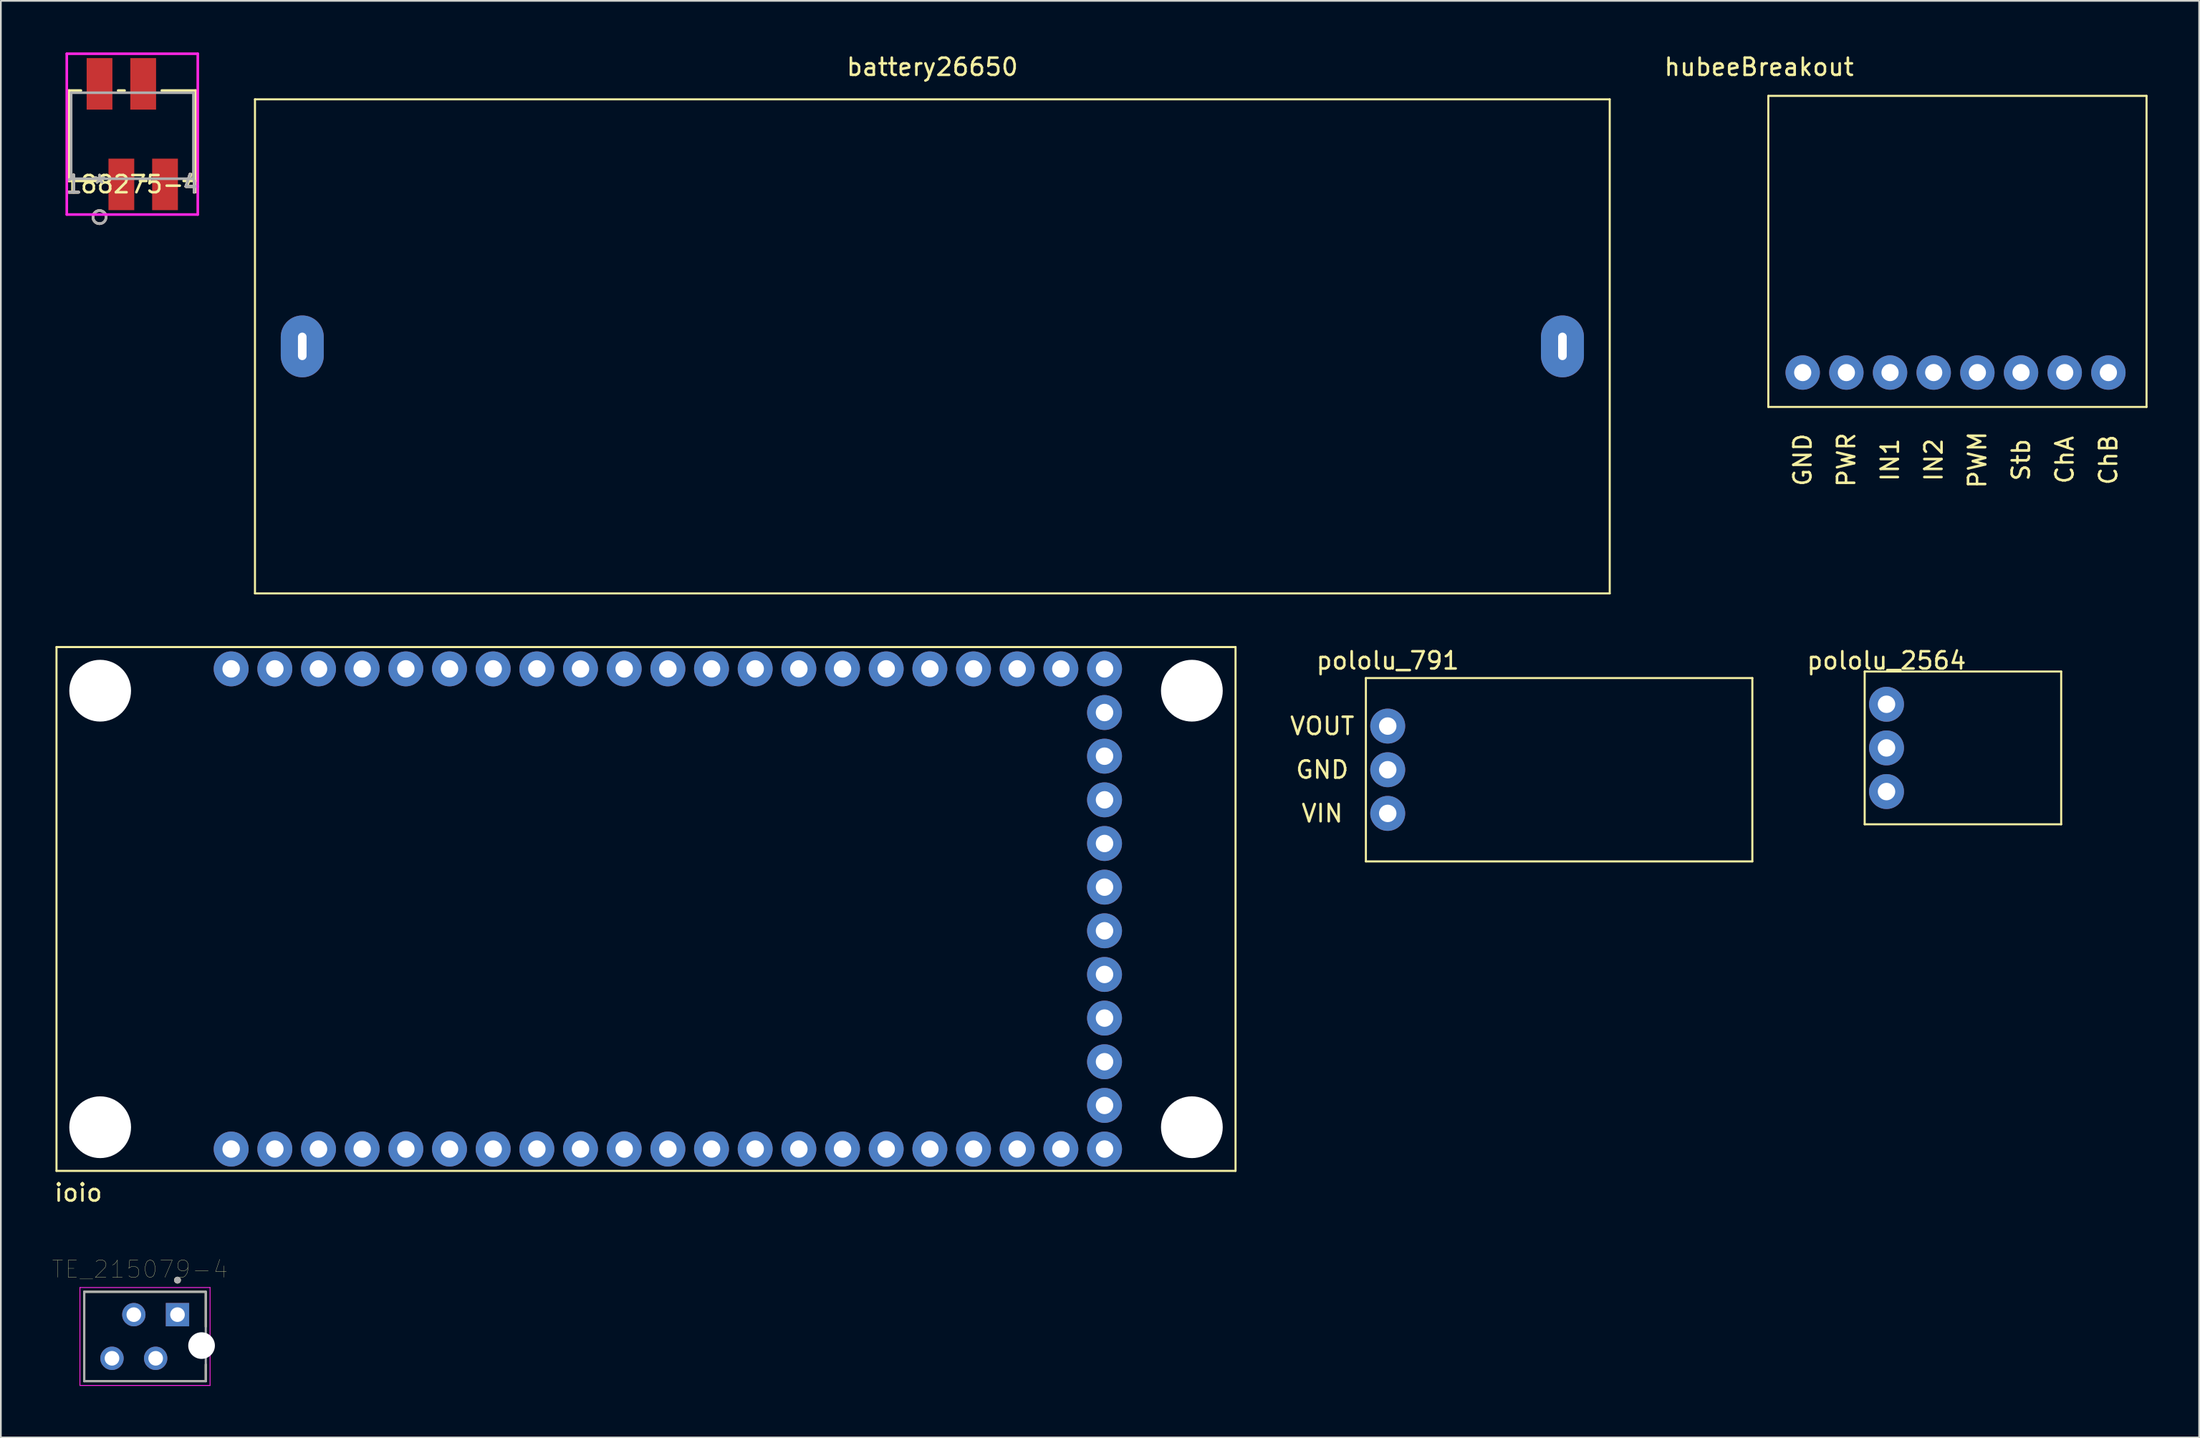
<source format=kicad_pcb>
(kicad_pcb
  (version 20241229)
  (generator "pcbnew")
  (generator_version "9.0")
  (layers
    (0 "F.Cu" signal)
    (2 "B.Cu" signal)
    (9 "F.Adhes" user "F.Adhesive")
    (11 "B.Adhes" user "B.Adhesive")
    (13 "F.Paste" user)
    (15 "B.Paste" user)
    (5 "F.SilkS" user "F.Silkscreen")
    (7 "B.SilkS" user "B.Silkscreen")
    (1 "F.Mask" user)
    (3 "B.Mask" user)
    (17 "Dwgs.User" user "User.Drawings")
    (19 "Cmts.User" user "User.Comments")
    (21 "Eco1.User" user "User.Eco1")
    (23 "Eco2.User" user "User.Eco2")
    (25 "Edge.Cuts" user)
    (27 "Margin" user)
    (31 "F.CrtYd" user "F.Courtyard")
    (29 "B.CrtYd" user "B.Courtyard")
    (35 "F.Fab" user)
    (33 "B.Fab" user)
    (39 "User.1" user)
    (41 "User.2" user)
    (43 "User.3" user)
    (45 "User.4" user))
  (footprint "ioio"
    (layer "F.Cu")
    (at 10.396 63.809)
    (property "Reference" "ioio" (at -8.89 2.54 0) (layer "F.SilkS") (effects (font (size 1 1) (thickness 0.15))))
    (attr through_hole)
    (fp_line (start -10.16 -29.21) (end 58.42 -29.21) (stroke (width 0.12) (type solid)) (layer "F.SilkS"))
    (fp_line (start -10.16 1.27) (end -10.16 -29.21) (stroke (width 0.12) (type solid)) (layer "F.SilkS"))
    (fp_line (start -10.16 1.27) (end 58.42 1.27) (stroke (width 0.12) (type solid)) (layer "F.SilkS"))
    (fp_line (start 58.42 1.27) (end 58.42 -29.21) (stroke (width 0.12) (type solid)) (layer "F.SilkS"))
    (pad "" np_thru_hole circle (at -7.62 -26.67) (size 3.592 3.592) (drill 3.592) (layers "*.Cu" "*.Mask"))
    (pad "" np_thru_hole circle (at -7.62 -1.27) (size 3.592 3.592) (drill 3.592) (layers "*.Cu" "*.Mask"))
    (pad "" np_thru_hole circle (at 55.88 -26.67) (size 3.592 3.592) (drill 3.592) (layers "*.Cu" "*.Mask"))
    (pad "" np_thru_hole circle (at 55.88 -1.27) (size 3.592 3.592) (drill 3.592) (layers "*.Cu" "*.Mask"))
    (pad "1" thru_hole circle (at 2.54 0) (size 2.032 2.032) (drill 1.016) (layers "*.Cu" "*.Mask"))
    (pad "2" thru_hole circle (at 5.08 0) (size 2.032 2.032) (drill 1.016) (layers "*.Cu" "*.Mask"))
    (pad "3" thru_hole circle (at 7.62 0) (size 2.032 2.032) (drill 1.016) (layers "*.Cu" "*.Mask"))
    (pad "3v3" thru_hole circle (at 10.16 -27.94) (size 2.032 2.032) (drill 1.016) (layers "*.Cu" "*.Mask"))
    (pad "4" thru_hole circle (at 10.16 0) (size 2.032 2.032) (drill 1.016) (layers "*.Cu" "*.Mask"))
    (pad "5" thru_hole circle (at 12.7 0) (size 2.032 2.032) (drill 1.016) (layers "*.Cu" "*.Mask"))
    (pad "5V" thru_hole circle (at 5.08 -27.94) (size 2.032 2.032) (drill 1.016) (layers "*.Cu" "*.Mask"))
    (pad "6" thru_hole circle (at 15.24 0) (size 2.032 2.032) (drill 1.016) (layers "*.Cu" "*.Mask"))
    (pad "7" thru_hole circle (at 17.78 0) (size 2.032 2.032) (drill 1.016) (layers "*.Cu" "*.Mask"))
    (pad "8" thru_hole circle (at 20.32 0) (size 2.032 2.032) (drill 1.016) (layers "*.Cu" "*.Mask"))
    (pad "9" thru_hole circle (at 22.86 0) (size 2.032 2.032) (drill 1.016) (layers "*.Cu" "*.Mask"))
    (pad "10" thru_hole circle (at 25.4 0) (size 2.032 2.032) (drill 1.016) (layers "*.Cu" "*.Mask"))
    (pad "11" thru_hole circle (at 27.94 0) (size 2.032 2.032) (drill 1.016) (layers "*.Cu" "*.Mask"))
    (pad "12" thru_hole circle (at 30.48 0) (size 2.032 2.032) (drill 1.016) (layers "*.Cu" "*.Mask"))
    (pad "13" thru_hole circle (at 33.02 0) (size 2.032 2.032) (drill 1.016) (layers "*.Cu" "*.Mask"))
    (pad "14" thru_hole circle (at 35.56 0) (size 2.032 2.032) (drill 1.016) (layers "*.Cu" "*.Mask"))
    (pad "15" thru_hole circle (at 38.1 0) (size 2.032 2.032) (drill 1.016) (layers "*.Cu" "*.Mask"))
    (pad "16" thru_hole circle (at 40.64 0) (size 2.032 2.032) (drill 1.016) (layers "*.Cu" "*.Mask"))
    (pad "17" thru_hole circle (at 43.18 0) (size 2.032 2.032) (drill 1.016) (layers "*.Cu" "*.Mask"))
    (pad "18" thru_hole circle (at 45.72 0) (size 2.032 2.032) (drill 1.016) (layers "*.Cu" "*.Mask"))
    (pad "19" thru_hole circle (at 48.26 0) (size 2.032 2.032) (drill 1.016) (layers "*.Cu" "*.Mask"))
    (pad "20" thru_hole circle (at 50.8 0) (size 2.032 2.032) (drill 1.016) (layers "*.Cu" "*.Mask"))
    (pad "21" thru_hole circle (at 50.8 -2.54) (size 2.032 2.032) (drill 1.016) (layers "*.Cu" "*.Mask"))
    (pad "22" thru_hole circle (at 50.8 -5.08) (size 2.032 2.032) (drill 1.016) (layers "*.Cu" "*.Mask"))
    (pad "23" thru_hole circle (at 50.8 -7.62) (size 2.032 2.032) (drill 1.016) (layers "*.Cu" "*.Mask"))
    (pad "24" thru_hole circle (at 50.8 -10.16) (size 2.032 2.032) (drill 1.016) (layers "*.Cu" "*.Mask"))
    (pad "25" thru_hole circle (at 50.8 -12.7) (size 2.032 2.032) (drill 1.016) (layers "*.Cu" "*.Mask"))
    (pad "26" thru_hole circle (at 50.8 -15.24) (size 2.032 2.032) (drill 1.016) (layers "*.Cu" "*.Mask"))
    (pad "27" thru_hole circle (at 50.8 -17.78) (size 2.032 2.032) (drill 1.016) (layers "*.Cu" "*.Mask"))
    (pad "28" thru_hole circle (at 50.8 -20.32) (size 2.032 2.032) (drill 1.016) (layers "*.Cu" "*.Mask"))
    (pad "29" thru_hole circle (at 50.8 -22.86) (size 2.032 2.032) (drill 1.016) (layers "*.Cu" "*.Mask"))
    (pad "30" thru_hole circle (at 50.8 -25.4) (size 2.032 2.032) (drill 1.016) (layers "*.Cu" "*.Mask"))
    (pad "31" thru_hole circle (at 50.8 -27.94) (size 2.032 2.032) (drill 1.016) (layers "*.Cu" "*.Mask"))
    (pad "32" thru_hole circle (at 48.26 -27.94) (size 2.032 2.032) (drill 1.016) (layers "*.Cu" "*.Mask"))
    (pad "33" thru_hole circle (at 45.72 -27.94) (size 2.032 2.032) (drill 1.016) (layers "*.Cu" "*.Mask"))
    (pad "34" thru_hole circle (at 43.18 -27.94) (size 2.032 2.032) (drill 1.016) (layers "*.Cu" "*.Mask"))
    (pad "35" thru_hole circle (at 40.64 -27.94) (size 2.032 2.032) (drill 1.016) (layers "*.Cu" "*.Mask"))
    (pad "36" thru_hole circle (at 38.1 -27.94) (size 2.032 2.032) (drill 1.016) (layers "*.Cu" "*.Mask"))
    (pad "37" thru_hole circle (at 35.56 -27.94) (size 2.032 2.032) (drill 1.016) (layers "*.Cu" "*.Mask"))
    (pad "38" thru_hole circle (at 33.02 -27.94) (size 2.032 2.032) (drill 1.016) (layers "*.Cu" "*.Mask"))
    (pad "39" thru_hole circle (at 30.48 -27.94) (size 2.032 2.032) (drill 1.016) (layers "*.Cu" "*.Mask"))
    (pad "40" thru_hole circle (at 27.94 -27.94) (size 2.032 2.032) (drill 1.016) (layers "*.Cu" "*.Mask"))
    (pad "41" thru_hole circle (at 25.4 -27.94) (size 2.032 2.032) (drill 1.016) (layers "*.Cu" "*.Mask"))
    (pad "42" thru_hole circle (at 22.86 -27.94) (size 2.032 2.032) (drill 1.016) (layers "*.Cu" "*.Mask"))
    (pad "43" thru_hole circle (at 20.32 -27.94) (size 2.032 2.032) (drill 1.016) (layers "*.Cu" "*.Mask"))
    (pad "44" thru_hole circle (at 17.78 -27.94) (size 2.032 2.032) (drill 1.016) (layers "*.Cu" "*.Mask"))
    (pad "45" thru_hole circle (at 15.24 -27.94) (size 2.032 2.032) (drill 1.016) (layers "*.Cu" "*.Mask"))
    (pad "GND" thru_hole circle (at 0 0) (size 2.032 2.032) (drill 1.016) (layers "*.Cu" "*.Mask"))
    (pad "GND" thru_hole circle (at 2.54 -27.94) (size 2.032 2.032) (drill 1.016) (layers "*.Cu" "*.Mask"))
    (pad "GND" thru_hole circle (at 7.62 -27.94) (size 2.032 2.032) (drill 1.016) (layers "*.Cu" "*.Mask"))
    (pad "GND" thru_hole circle (at 12.7 -27.94) (size 2.032 2.032) (drill 1.016) (layers "*.Cu" "*.Mask"))
    (pad "VIN" thru_hole circle (at 0 -27.94) (size 2.032 2.032) (drill 1.016) (layers "*.Cu" "*.Mask")))
  (footprint "battery26650"
    (layer "F.Cu")
    (at 51.181 17.104)
    (property "Reference" "battery26650" (at 0 -16.256 0) (layer "F.SilkS") (effects (font (size 1 1) (thickness 0.15))))
    (attr through_hole)
    (fp_line (start -39.4 -14.375) (end 39.4 -14.375) (stroke (width 0.12) (type solid)) (layer "F.SilkS"))
    (fp_line (start -39.4 14.375) (end -39.4 -14.375) (stroke (width 0.12) (type solid)) (layer "F.SilkS"))
    (fp_line (start -39.4 14.375) (end 39.4 14.375) (stroke (width 0.12) (type solid)) (layer "F.SilkS"))
    (fp_line (start 39.4 14.375) (end 39.4 -14.375) (stroke (width 0.12) (type solid)) (layer "F.SilkS"))
    (pad "1" thru_hole oval (at -36.65 0) (size 2.5 3.6) (drill oval 0.5 1.6) (layers "*.Mask" "B.Cu"))
    (pad "2" thru_hole oval (at 36.65 0) (size 2.5 3.6) (drill oval 0.5 1.6) (layers "*.Mask" "B.Cu")))
  (footprint "hubeeBreakout"
    (layer "F.Cu")
    (at 101.806 18.628)
    (property "Reference" "hubeeBreakout" (at -2.54 -17.78 0) (layer "F.SilkS") (effects (font (size 1 1) (thickness 0.15))))
    (attr through_hole)
    (fp_line (start -2 -16.1) (end 20 -16.1) (stroke (width 0.12) (type solid)) (layer "F.SilkS"))
    (fp_line (start -2 2) (end -2 -16.1) (stroke (width 0.12) (type solid)) (layer "F.SilkS"))
    (fp_line (start -2 2) (end 20 2) (stroke (width 0.12) (type solid)) (layer "F.SilkS"))
    (fp_line (start 20 2) (end 20 -16.1) (stroke (width 0.12) (type solid)) (layer "F.SilkS"))
    (fp_text user "ChA" (at 15.24 5.08 90) (layer "F.SilkS") (effects (font (size 1 1) (thickness 0.15))))
    (fp_text user "Stb" (at 12.7 5.08 90) (layer "F.SilkS") (effects (font (size 1 1) (thickness 0.15))))
    (fp_text user "GND" (at 0 5.08 90) (layer "F.SilkS") (effects (font (size 1 1) (thickness 0.15))))
    (fp_text user "PWM" (at 10.16 5.08 90) (layer "F.SilkS") (effects (font (size 1 1) (thickness 0.15))))
    (fp_text user "PWR" (at 2.54 5.08 90) (layer "F.SilkS") (effects (font (size 1 1) (thickness 0.15))))
    (fp_text user "IN2" (at 7.62 5.08 90) (layer "F.SilkS") (effects (font (size 1 1) (thickness 0.15))))
    (fp_text user "ChB" (at 17.78 5.08 90) (layer "F.SilkS") (effects (font (size 1 1) (thickness 0.15))))
    (fp_text user "IN1" (at 5.08 5.08 90) (layer "F.SilkS") (effects (font (size 1 1) (thickness 0.15))))
    (pad "1" thru_hole circle (at 0 0) (size 2 2) (drill 1) (layers "*.Cu" "*.Mask"))
    (pad "2" thru_hole circle (at 2.54 0) (size 2 2) (drill 1) (layers "*.Cu" "*.Mask"))
    (pad "3" thru_hole circle (at 5.08 0) (size 2 2) (drill 1) (layers "*.Cu" "*.Mask"))
    (pad "4" thru_hole circle (at 7.62 0) (size 2 2) (drill 1) (layers "*.Cu" "*.Mask"))
    (pad "5" thru_hole circle (at 10.16 0) (size 2 2) (drill 1) (layers "*.Cu" "*.Mask"))
    (pad "6" thru_hole circle (at 12.7 0) (size 2 2) (drill 1) (layers "*.Cu" "*.Mask"))
    (pad "7" thru_hole circle (at 15.24 0) (size 2 2) (drill 1) (layers "*.Cu" "*.Mask"))
    (pad "8" thru_hole circle (at 17.78 0) (size 2 2) (drill 1) (layers "*.Cu" "*.Mask")))
  (footprint "TE_215079-4"
    (layer "F.Cu")
    (at 7.274 73.444)
    (property "Reference" "TE_215079-4" (at -2.185 -2.635 0) (layer "F.SilkS") (effects (font (size 1 1) (thickness 0.015))))
    (attr through_hole)
    (fp_line (start -5.425 -1.33) (end 1.645 -1.33) (stroke (width 0.127) (type solid)) (layer "F.SilkS"))
    (fp_line (start -5.425 3.87) (end -5.425 -1.33) (stroke (width 0.127) (type solid)) (layer "F.SilkS"))
    (fp_line (start 1.645 -1.33) (end 1.645 0.7) (stroke (width 0.127) (type solid)) (layer "F.SilkS"))
    (fp_line (start 1.645 2.9) (end 1.645 3.87) (stroke (width 0.127) (type solid)) (layer "F.SilkS"))
    (fp_line (start 1.645 3.87) (end -5.425 3.87) (stroke (width 0.127) (type solid)) (layer "F.SilkS"))
    (fp_circle (center 0 -2.008) (end 0.1 -2.008) (stroke (width 0.2) (type solid)) (fill no) (layer "F.SilkS"))
    (fp_line (start -5.675 -1.58) (end 1.895 -1.58) (stroke (width 0.05) (type solid)) (layer "F.CrtYd"))
    (fp_line (start -5.675 4.12) (end -5.675 -1.58) (stroke (width 0.05) (type solid)) (layer "F.CrtYd"))
    (fp_line (start 1.895 -1.58) (end 1.895 4.12) (stroke (width 0.05) (type solid)) (layer "F.CrtYd"))
    (fp_line (start 1.895 4.12) (end -5.675 4.12) (stroke (width 0.05) (type solid)) (layer "F.CrtYd"))
    (fp_line (start -5.425 -1.33) (end 1.645 -1.33) (stroke (width 0.127) (type solid)) (layer "F.Fab"))
    (fp_line (start -5.425 3.87) (end -5.425 -1.33) (stroke (width 0.127) (type solid)) (layer "F.Fab"))
    (fp_line (start 1.645 -1.33) (end 1.645 3.87) (stroke (width 0.127) (type solid)) (layer "F.Fab"))
    (fp_line (start 1.645 3.87) (end -5.425 3.87) (stroke (width 0.127) (type solid)) (layer "F.Fab"))
    (fp_circle (center 0 -2.008) (end 0.1 -2.008) (stroke (width 0.2) (type solid)) (fill no) (layer "F.Fab"))
    (pad "" np_thru_hole circle (at 1.4 1.8) (size 1.55 1.55) (drill 1.55) (layers "*.Cu" "*.Mask"))
    (pad "1" thru_hole rect (at 0 0) (size 1.358 1.358) (drill 0.85) (layers "*.Cu" "*.Mask"))
    (pad "2" thru_hole circle (at -1.27 2.54) (size 1.358 1.358) (drill 0.85) (layers "*.Cu" "*.Mask"))
    (pad "3" thru_hole circle (at -2.54 0) (size 1.358 1.358) (drill 0.85) (layers "*.Cu" "*.Mask"))
    (pad "4" thru_hole circle (at -3.81 2.54) (size 1.358 1.358) (drill 0.85) (layers "*.Cu" "*.Mask")))
  (footprint "188275-4"
    (layer "F.Cu")
    (at 2.739 7.679)
    (property "Reference" "188275-4" (at 1.905 0 0) (layer "F.SilkS") (effects (font (size 1 1) (thickness 0.15))))
    (attr through_hole)
    (fp_line (start -1.778 -5.461) (end -1.778 -0.203) (stroke (width 0.152) (type solid)) (layer "F.SilkS"))
    (fp_line (start -1.778 -0.203) (end 0.188 -0.203) (stroke (width 0.152) (type solid)) (layer "F.SilkS"))
    (fp_line (start -1.082 -5.461) (end -1.778 -5.461) (stroke (width 0.152) (type solid)) (layer "F.SilkS"))
    (fp_line (start 1.458 -5.461) (end 1.082 -5.461) (stroke (width 0.152) (type solid)) (layer "F.SilkS"))
    (fp_line (start 2.352 -0.203) (end 2.728 -0.203) (stroke (width 0.152) (type solid)) (layer "F.SilkS"))
    (fp_line (start 4.892 -0.203) (end 5.588 -0.203) (stroke (width 0.152) (type solid)) (layer "F.SilkS"))
    (fp_line (start 5.588 -5.461) (end 3.622 -5.461) (stroke (width 0.152) (type solid)) (layer "F.SilkS"))
    (fp_line (start 5.588 -0.203) (end 5.588 -5.461) (stroke (width 0.152) (type solid)) (layer "F.SilkS"))
    (fp_arc (start 0 2.286) (mid -0.293583 1.662162) (end 0.374241 1.833555) (stroke (width 0.1524) (type solid)) (layer "F.SilkS"))
    (fp_circle (center 0 1.905) (end 0.381 1.905) (stroke (width 0.152) (type solid)) (fill no) (layer "B.SilkS"))
    (fp_line (start -1.905 -7.602) (end -1.905 1.753) (stroke (width 0.152) (type solid)) (layer "F.CrtYd"))
    (fp_line (start -1.905 1.753) (end 5.715 1.753) (stroke (width 0.152) (type solid)) (layer "F.CrtYd"))
    (fp_line (start 5.715 -7.602) (end -1.905 -7.602) (stroke (width 0.152) (type solid)) (layer "F.CrtYd"))
    (fp_line (start 5.715 1.753) (end 5.715 -7.602) (stroke (width 0.152) (type solid)) (layer "F.CrtYd"))
    (fp_line (start -1.651 -5.334) (end -1.651 -0.33) (stroke (width 0.152) (type solid)) (layer "F.Fab"))
    (fp_line (start -1.651 -0.33) (end 5.461 -0.33) (stroke (width 0.152) (type solid)) (layer "F.Fab"))
    (fp_line (start 5.461 -5.334) (end -1.651 -5.334) (stroke (width 0.152) (type solid)) (layer "F.Fab"))
    (fp_line (start 5.461 -0.33) (end 5.461 -5.334) (stroke (width 0.152) (type solid)) (layer "F.Fab"))
    (fp_circle (center 0 1.905) (end 0.381 1.905) (stroke (width 0.152) (type solid)) (fill no) (layer "F.Fab"))
    (fp_text user "*" (at 0 0 0) (layer "F.SilkS") (effects (font (size 1 1) (thickness 0.15))))
    (fp_text user "4" (at 5.309 0 0) (layer "F.SilkS") (effects (font (size 1 1) (thickness 0.15))))
    (fp_text user "4" (at 5.309 0 0) (layer "F.SilkS") (effects (font (size 1 1) (thickness 0.15))))
    (fp_text user "1" (at -1.499 0 0) (layer "F.SilkS") (effects (font (size 1 1) (thickness 0.15))))
    (fp_text user "1" (at -1.499 0 0) (layer "F.SilkS") (effects (font (size 1 1) (thickness 0.15))))
    (fp_text user "1" (at -1.499 0 0) (layer "B.SilkS") (effects (font (size 1 1) (thickness 0.15))))
    (fp_text user "4" (at 5.309 0 0) (layer "B.SilkS") (effects (font (size 1 1) (thickness 0.15))))
    (fp_text user "1" (at -1.499 0 0) (layer "B.SilkS") (effects (font (size 1 1) (thickness 0.15))))
    (fp_text user "4" (at 5.309 0 0) (layer "B.SilkS") (effects (font (size 1 1) (thickness 0.15))))
    (fp_text user "Copyright 2016 Accelerated Designs. All rights reserved." (at 0 0 0) (layer "Cmts.User") (effects (font (size 0.127 0.127) (thickness 0.002))))
    (fp_text user "4" (at 5.309 0 0) (layer "F.Fab") (effects (font (size 1 1) (thickness 0.15))))
    (fp_text user "1" (at -1.499 0 0) (layer "F.Fab") (effects (font (size 1 1) (thickness 0.15))))
    (fp_text user "1" (at -1.499 0 0) (layer "F.Fab") (effects (font (size 1 1) (thickness 0.15))))
    (fp_text user "4" (at 5.309 0 0) (layer "F.Fab") (effects (font (size 1 1) (thickness 0.15))))
    (fp_text user "*" (at 0 0 0) (layer "F.Fab") (effects (font (size 1 1) (thickness 0.15))))
    (pad "1" smd rect (at 0 -5.85) (size 1.499 2.997) (layers "F.Cu" "F.Mask" "F.Paste"))
    (pad "2" smd rect (at 1.27 0) (size 1.499 2.997) (layers "F.Cu" "F.Mask" "F.Paste"))
    (pad "3" smd rect (at 2.54 -5.85) (size 1.499 2.997) (layers "F.Cu" "F.Mask" "F.Paste"))
    (pad "4" smd rect (at 3.81 0) (size 1.499 2.997) (layers "F.Cu" "F.Mask" "F.Paste")))
  (footprint "pololu_2564"
    (layer "F.Cu")
    (at 111.761 40.468)
    (property "Reference" "pololu_2564" (at -5.08 -5.08 0) (layer "F.SilkS") (effects (font (size 1 1) (thickness 0.15))))
    (attr through_hole)
    (fp_line (start -6.35 -4.445) (end -6.35 4.445) (stroke (width 0.12) (type solid)) (layer "F.SilkS"))
    (fp_line (start -6.35 -4.445) (end 5.08 -4.445) (stroke (width 0.12) (type solid)) (layer "F.SilkS"))
    (fp_line (start -6.35 4.445) (end 5.08 4.445) (stroke (width 0.12) (type solid)) (layer "F.SilkS"))
    (fp_line (start 5.08 -4.445) (end 5.08 4.445) (stroke (width 0.12) (type solid)) (layer "F.SilkS"))
    (pad "1" thru_hole circle (at -5.08 -2.54 270) (size 2.032 2.032) (drill 1.016) (layers "*.Cu" "*.Mask"))
    (pad "2" thru_hole circle (at -5.08 0 270) (size 2.032 2.032) (drill 1.016) (layers "*.Cu" "*.Mask"))
    (pad "3" thru_hole circle (at -5.08 2.54 270) (size 2.032 2.032) (drill 1.016) (layers "*.Cu" "*.Mask")))
  (footprint "pololu_791"
    (layer "F.Cu")
    (at 77.668 44.278)
    (property "Reference" "pololu_791" (at 0 -8.89 0) (layer "F.SilkS") (effects (font (size 1 1) (thickness 0.15))))
    (attr through_hole)
    (fp_line (start -1.27 -7.874) (end 21.209 -7.874) (stroke (width 0.12) (type solid)) (layer "F.SilkS"))
    (fp_line (start -1.27 2.794) (end -1.27 -7.874) (stroke (width 0.12) (type solid)) (layer "F.SilkS"))
    (fp_line (start -1.27 2.794) (end 21.209 2.794) (stroke (width 0.12) (type solid)) (layer "F.SilkS"))
    (fp_line (start 21.209 2.794) (end 21.209 -7.874) (stroke (width 0.12) (type solid)) (layer "F.SilkS"))
    (fp_text user "VIN" (at -3.81 0 0) (layer "F.SilkS") (effects (font (size 1 1) (thickness 0.15))))
    (fp_text user "GND" (at -3.81 -2.54 0) (layer "F.SilkS") (effects (font (size 1 1) (thickness 0.15))))
    (fp_text user "VOUT" (at -3.81 -5.08 0) (layer "F.SilkS") (effects (font (size 1 1) (thickness 0.15))))
    (pad "1" thru_hole circle (at 0 0) (size 2.032 2.032) (drill 1.016) (layers "*.Cu" "*.Mask"))
    (pad "2" thru_hole circle (at 0 -2.54) (size 2.032 2.032) (drill 1.016) (layers "*.Cu" "*.Mask"))
    (pad "3" thru_hole circle (at 0 -5.08) (size 2.032 2.032) (drill 1.016) (layers "*.Cu" "*.Mask")))
  (gr_rect
    (start -3 -3)
    (end 124.866 80.589)
    (stroke (width 0.1) (type default))
    (fill no)
    (layer "Edge.Cuts")))
</source>
